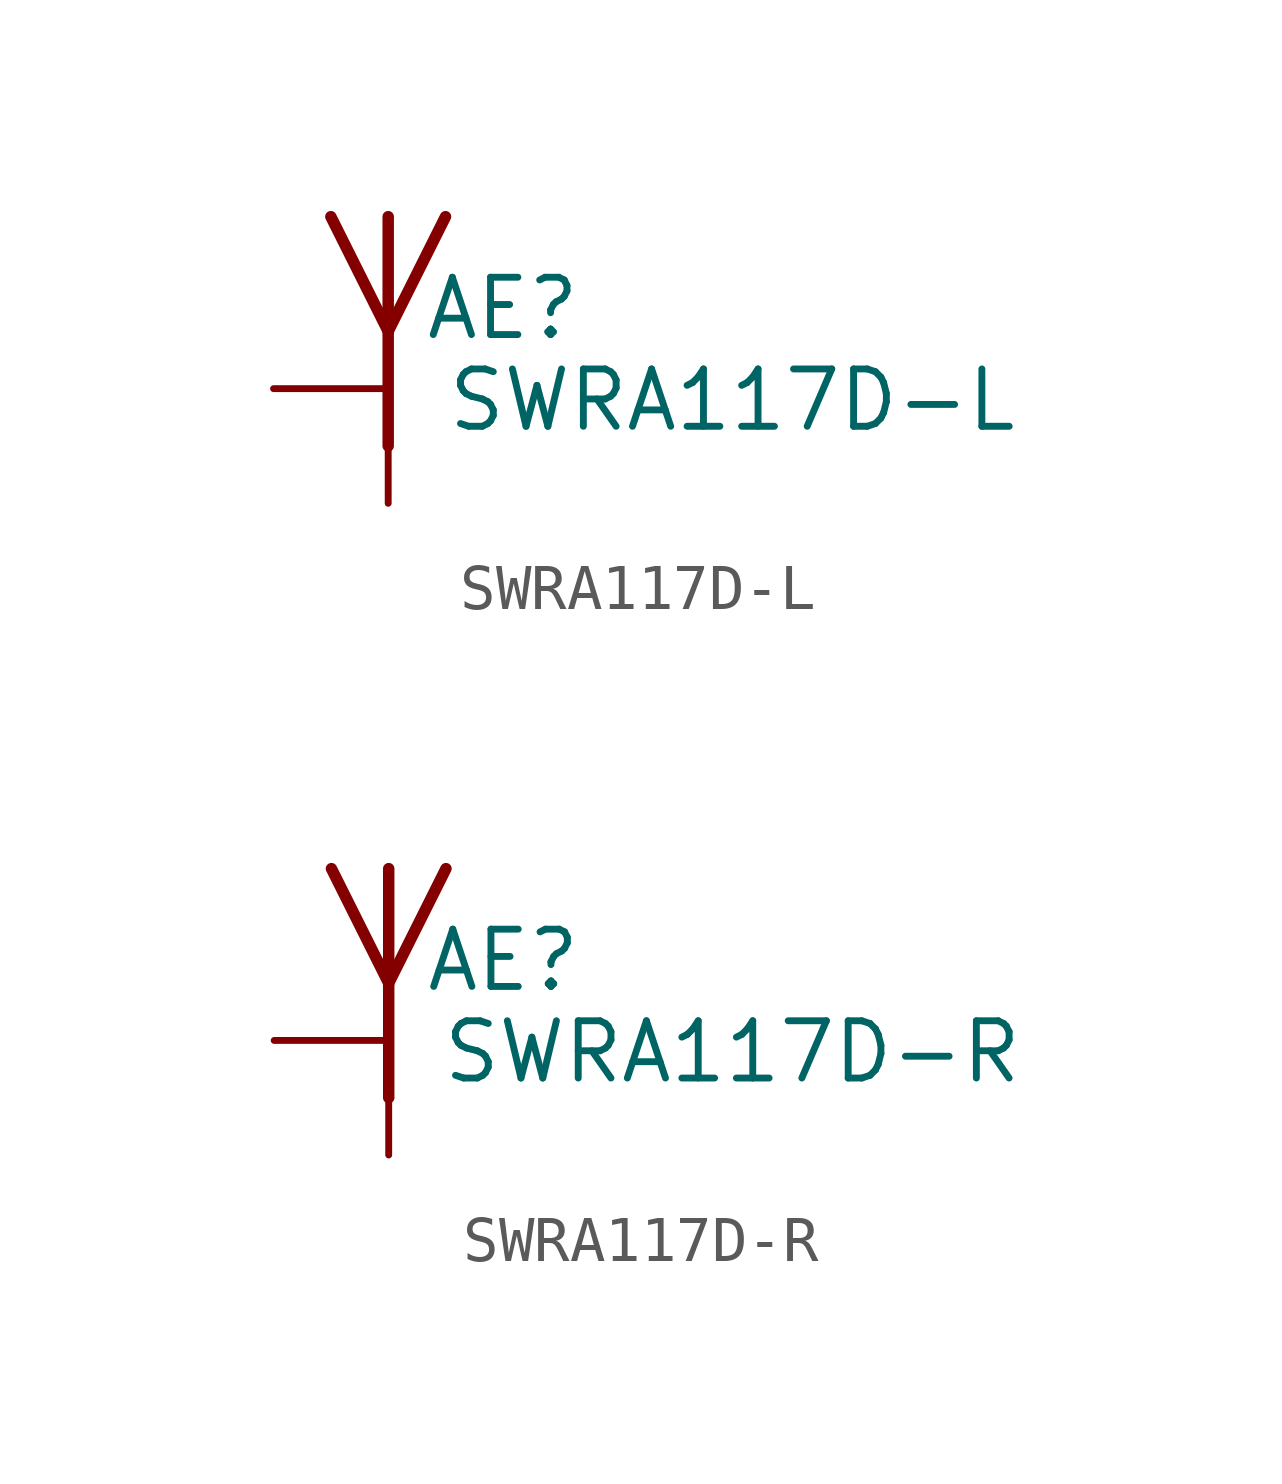
<source format=kicad_sym>
(kicad_symbol_lib
  (version 20241209)
  (generator "kicad_symbol_editor")
  (generator_version "9.0")
  (symbol "SWRA117D-L"
    (pin_numbers
      (hide yes))
    (pin_names
      (offset 0)
      (hide yes))
    (property "Reference" "AE"
      (at 2.54 1.778 0)
      (effects (font (size 1.27 1.27))))
    (property "Value" "SWRA117D-L"
      (at 7.62 -0.254 0)
      (effects (font (size 1.27 1.27))))
    (symbol "SWRA117D-L_0_1"
      (polyline (pts (xy 0 3.81) (xy 0 -1.27)) (stroke (width 0.254) (type default)) (fill (type none)))
      (polyline (pts (xy 1.27 3.81) (xy 0 1.27) (xy -1.27 3.81)) (stroke (width 0.254) (type default)) (fill (type none))))
    (symbol "SWRA117D-L_1_1"
      (pin bidirectional line (at -2.54 0 0) (length 2.54) (name "A" (effects (font (size 1.27 1.27)))) (number "1" (effects (font (size 1.27 1.27)))))
      (pin power_in line (at 0 -2.54 90) (length 2.54) (name "GND" (effects (font (size 1.27 1.27)))) (number "2" (effects (font (size 1.27 1.27)))))))
  (symbol "SWRA117D-R"
    (pin_numbers
      (hide yes))
    (pin_names
      (offset 0)
      (hide yes))
    (property "Reference" "AE"
      (at 2.54 1.778 0)
      (effects (font (size 1.27 1.27))))
    (property "Value" "SWRA117D-R"
      (at 7.62 -0.254 0)
      (effects (font (size 1.27 1.27))))
    (symbol "SWRA117D-R_0_1"
      (polyline (pts (xy 0 3.81) (xy 0 -1.27)) (stroke (width 0.254) (type default)) (fill (type none)))
      (polyline (pts (xy 1.27 3.81) (xy 0 1.27) (xy -1.27 3.81)) (stroke (width 0.254) (type default)) (fill (type none))))
    (symbol "SWRA117D-R_1_1"
      (pin bidirectional line (at -2.54 0 0) (length 2.54) (name "A" (effects (font (size 1.27 1.27)))) (number "1" (effects (font (size 1.27 1.27)))))
      (pin power_in line (at 0 -2.54 90) (length 2.54) (name "GND" (effects (font (size 1.27 1.27)))) (number "2" (effects (font (size 1.27 1.27))))))))
</source>
